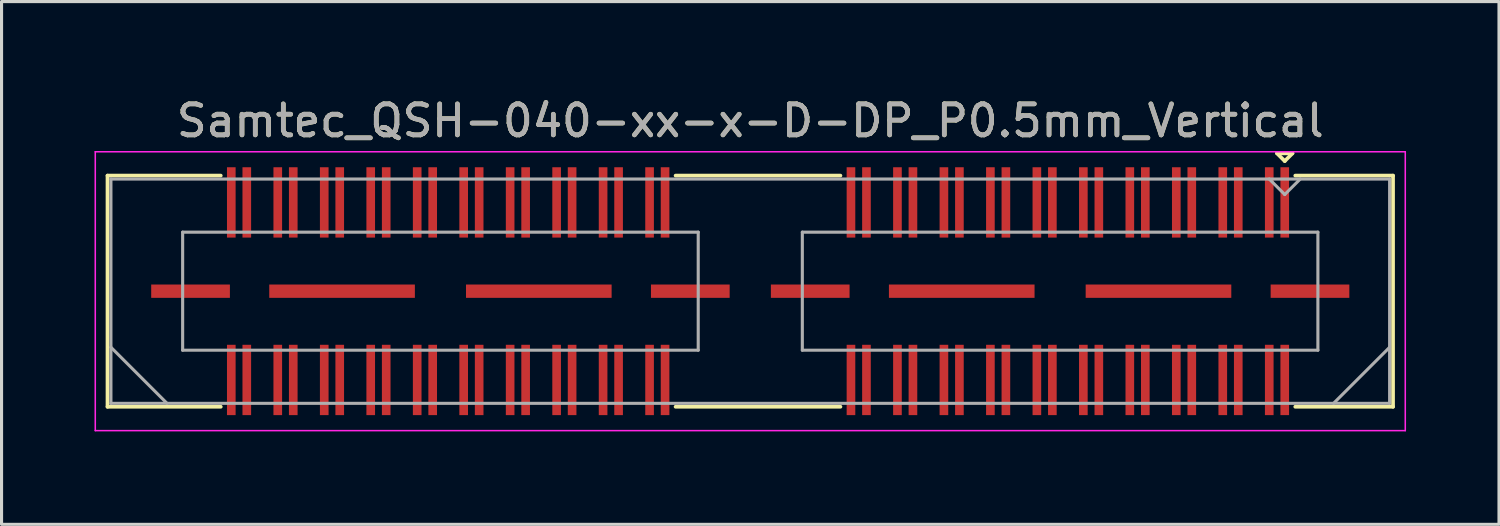
<source format=kicad_pcb>
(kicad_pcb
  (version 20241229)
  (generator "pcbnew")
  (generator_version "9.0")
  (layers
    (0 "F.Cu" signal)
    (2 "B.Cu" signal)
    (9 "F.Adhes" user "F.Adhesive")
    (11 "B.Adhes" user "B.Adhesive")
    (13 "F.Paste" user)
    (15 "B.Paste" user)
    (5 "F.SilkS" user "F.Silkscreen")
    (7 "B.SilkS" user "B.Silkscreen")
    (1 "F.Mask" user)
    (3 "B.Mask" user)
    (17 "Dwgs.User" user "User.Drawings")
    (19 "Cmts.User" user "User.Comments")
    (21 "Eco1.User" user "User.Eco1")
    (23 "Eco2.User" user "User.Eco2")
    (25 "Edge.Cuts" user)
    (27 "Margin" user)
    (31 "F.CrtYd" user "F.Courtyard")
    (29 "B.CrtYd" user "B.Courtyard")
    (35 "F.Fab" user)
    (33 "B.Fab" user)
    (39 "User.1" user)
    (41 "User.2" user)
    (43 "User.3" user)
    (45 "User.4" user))
  (footprint "Samtec_QSH-040-xx-x-D-DP_P0.5mm_Vertical"
    (layer "F.Cu")
    (at 21.165 6.348)
    (property "Reference" "Samtec_QSH-040-xx-x-D-DP_P0.5mm_Vertical" (at 0 -5.5 0) (layer "F.SilkS") (effects (font (size 1 1) (thickness 0.15))))
    (attr smd)
    (fp_line (start -20.745 -3.73) (end -17.09 -3.73) (stroke (width 0.12) (type solid)) (layer "F.SilkS"))
    (fp_line (start -20.745 3.73) (end -20.745 -3.73) (stroke (width 0.12) (type solid)) (layer "F.SilkS"))
    (fp_line (start -17.09 3.73) (end -20.745 3.73) (stroke (width 0.12) (type solid)) (layer "F.SilkS"))
    (fp_line (start 2.91 -3.73) (end -2.41 -3.73) (stroke (width 0.12) (type solid)) (layer "F.SilkS"))
    (fp_line (start 2.91 3.73) (end -2.41 3.73) (stroke (width 0.12) (type solid)) (layer "F.SilkS"))
    (fp_line (start 17 -4.45) (end 17.5 -4.45) (stroke (width 0.12) (type solid)) (layer "F.SilkS"))
    (fp_line (start 17.25 -4.2) (end 17 -4.45) (stroke (width 0.12) (type solid)) (layer "F.SilkS"))
    (fp_line (start 17.5 -4.45) (end 17.25 -4.2) (stroke (width 0.12) (type solid)) (layer "F.SilkS"))
    (fp_line (start 17.59 3.73) (end 20.745 3.73) (stroke (width 0.12) (type solid)) (layer "F.SilkS"))
    (fp_line (start 20.745 -3.73) (end 17.59 -3.73) (stroke (width 0.12) (type solid)) (layer "F.SilkS"))
    (fp_line (start 20.745 3.73) (end 20.745 -3.73) (stroke (width 0.12) (type solid)) (layer "F.SilkS"))
    (fp_line (start -21.14 -4.5) (end -21.14 4.5) (stroke (width 0.05) (type solid)) (layer "F.CrtYd"))
    (fp_line (start -21.14 4.5) (end 21.14 4.5) (stroke (width 0.05) (type solid)) (layer "F.CrtYd"))
    (fp_line (start 21.14 -4.5) (end -21.14 -4.5) (stroke (width 0.05) (type solid)) (layer "F.CrtYd"))
    (fp_line (start 21.14 4.5) (end 21.14 -4.5) (stroke (width 0.05) (type solid)) (layer "F.CrtYd"))
    (fp_line (start -20.635 -3.62) (end -20.635 3.62) (stroke (width 0.1) (type solid)) (layer "F.Fab"))
    (fp_line (start -20.635 1.81) (end -18.825 3.62) (stroke (width 0.1) (type solid)) (layer "F.Fab"))
    (fp_line (start -20.635 3.62) (end 20.635 3.62) (stroke (width 0.1) (type solid)) (layer "F.Fab"))
    (fp_line (start -18.32 -1.905) (end -18.32 1.905) (stroke (width 0.1) (type solid)) (layer "F.Fab"))
    (fp_line (start -18.32 1.905) (end -1.68 1.905) (stroke (width 0.1) (type solid)) (layer "F.Fab"))
    (fp_line (start -1.68 -1.905) (end -18.32 -1.905) (stroke (width 0.1) (type solid)) (layer "F.Fab"))
    (fp_line (start -1.68 1.905) (end -1.68 -1.905) (stroke (width 0.1) (type solid)) (layer "F.Fab"))
    (fp_line (start 1.68 -1.905) (end 1.68 1.905) (stroke (width 0.1) (type solid)) (layer "F.Fab"))
    (fp_line (start 1.68 1.905) (end 18.32 1.905) (stroke (width 0.1) (type solid)) (layer "F.Fab"))
    (fp_line (start 17.25 -3.12) (end 16.75 -3.62) (stroke (width 0.1) (type solid)) (layer "F.Fab"))
    (fp_line (start 17.75 -3.62) (end 17.25 -3.12) (stroke (width 0.1) (type solid)) (layer "F.Fab"))
    (fp_line (start 18.32 -1.905) (end 1.68 -1.905) (stroke (width 0.1) (type solid)) (layer "F.Fab"))
    (fp_line (start 18.32 1.905) (end 18.32 -1.905) (stroke (width 0.1) (type solid)) (layer "F.Fab"))
    (fp_line (start 20.635 -3.62) (end -20.635 -3.62) (stroke (width 0.1) (type solid)) (layer "F.Fab"))
    (fp_line (start 20.635 1.81) (end 18.825 3.62) (stroke (width 0.1) (type solid)) (layer "F.Fab"))
    (fp_line (start 20.635 3.62) (end 20.635 -3.62) (stroke (width 0.1) (type solid)) (layer "F.Fab"))
    (fp_text user "${REFERENCE}" (at 0 -5.5 0) (layer "F.Fab") (effects (font (size 1 1) (thickness 0.15))))
    (pad "1" smd rect (at 17.25 -2.865) (size 0.279 2.27) (layers "F.Cu" "F.Mask" "F.Paste"))
    (pad "2" smd rect (at 17.25 2.865) (size 0.279 2.27) (layers "F.Cu" "F.Mask" "F.Paste"))
    (pad "3" smd rect (at 16.75 -2.865) (size 0.279 2.27) (layers "F.Cu" "F.Mask" "F.Paste"))
    (pad "4" smd rect (at 16.75 2.865) (size 0.279 2.27) (layers "F.Cu" "F.Mask" "F.Paste"))
    (pad "5" smd rect (at 15.75 -2.865) (size 0.279 2.27) (layers "F.Cu" "F.Mask" "F.Paste"))
    (pad "6" smd rect (at 15.75 2.865) (size 0.279 2.27) (layers "F.Cu" "F.Mask" "F.Paste"))
    (pad "7" smd rect (at 15.25 -2.865) (size 0.279 2.27) (layers "F.Cu" "F.Mask" "F.Paste"))
    (pad "8" smd rect (at 15.25 2.865) (size 0.279 2.27) (layers "F.Cu" "F.Mask" "F.Paste"))
    (pad "9" smd rect (at 14.25 -2.865) (size 0.279 2.27) (layers "F.Cu" "F.Mask" "F.Paste"))
    (pad "10" smd rect (at 14.25 2.865) (size 0.279 2.27) (layers "F.Cu" "F.Mask" "F.Paste"))
    (pad "11" smd rect (at 13.75 -2.865) (size 0.279 2.27) (layers "F.Cu" "F.Mask" "F.Paste"))
    (pad "12" smd rect (at 13.75 2.865) (size 0.279 2.27) (layers "F.Cu" "F.Mask" "F.Paste"))
    (pad "13" smd rect (at 12.75 -2.865) (size 0.279 2.27) (layers "F.Cu" "F.Mask" "F.Paste"))
    (pad "14" smd rect (at 12.75 2.865) (size 0.279 2.27) (layers "F.Cu" "F.Mask" "F.Paste"))
    (pad "15" smd rect (at 12.25 -2.865) (size 0.279 2.27) (layers "F.Cu" "F.Mask" "F.Paste"))
    (pad "16" smd rect (at 12.25 2.865) (size 0.279 2.27) (layers "F.Cu" "F.Mask" "F.Paste"))
    (pad "17" smd rect (at 11.25 -2.865) (size 0.279 2.27) (layers "F.Cu" "F.Mask" "F.Paste"))
    (pad "18" smd rect (at 11.25 2.865) (size 0.279 2.27) (layers "F.Cu" "F.Mask" "F.Paste"))
    (pad "19" smd rect (at 10.75 -2.865) (size 0.279 2.27) (layers "F.Cu" "F.Mask" "F.Paste"))
    (pad "20" smd rect (at 10.75 2.865) (size 0.279 2.27) (layers "F.Cu" "F.Mask" "F.Paste"))
    (pad "21" smd rect (at 9.75 -2.865) (size 0.279 2.27) (layers "F.Cu" "F.Mask" "F.Paste"))
    (pad "22" smd rect (at 9.75 2.865) (size 0.279 2.27) (layers "F.Cu" "F.Mask" "F.Paste"))
    (pad "23" smd rect (at 9.25 -2.865) (size 0.279 2.27) (layers "F.Cu" "F.Mask" "F.Paste"))
    (pad "24" smd rect (at 9.25 2.865) (size 0.279 2.27) (layers "F.Cu" "F.Mask" "F.Paste"))
    (pad "25" smd rect (at 8.25 -2.865) (size 0.279 2.27) (layers "F.Cu" "F.Mask" "F.Paste"))
    (pad "26" smd rect (at 8.25 2.865) (size 0.279 2.27) (layers "F.Cu" "F.Mask" "F.Paste"))
    (pad "27" smd rect (at 7.75 -2.865) (size 0.279 2.27) (layers "F.Cu" "F.Mask" "F.Paste"))
    (pad "28" smd rect (at 7.75 2.865) (size 0.279 2.27) (layers "F.Cu" "F.Mask" "F.Paste"))
    (pad "29" smd rect (at 6.75 -2.865) (size 0.279 2.27) (layers "F.Cu" "F.Mask" "F.Paste"))
    (pad "30" smd rect (at 6.75 2.865) (size 0.279 2.27) (layers "F.Cu" "F.Mask" "F.Paste"))
    (pad "31" smd rect (at 6.25 -2.865) (size 0.279 2.27) (layers "F.Cu" "F.Mask" "F.Paste"))
    (pad "32" smd rect (at 6.25 2.865) (size 0.279 2.27) (layers "F.Cu" "F.Mask" "F.Paste"))
    (pad "33" smd rect (at 5.25 -2.865) (size 0.279 2.27) (layers "F.Cu" "F.Mask" "F.Paste"))
    (pad "34" smd rect (at 5.25 2.865) (size 0.279 2.27) (layers "F.Cu" "F.Mask" "F.Paste"))
    (pad "35" smd rect (at 4.75 -2.865) (size 0.279 2.27) (layers "F.Cu" "F.Mask" "F.Paste"))
    (pad "36" smd rect (at 4.75 2.865) (size 0.279 2.27) (layers "F.Cu" "F.Mask" "F.Paste"))
    (pad "37" smd rect (at 3.75 -2.865) (size 0.279 2.27) (layers "F.Cu" "F.Mask" "F.Paste"))
    (pad "38" smd rect (at 3.75 2.865) (size 0.279 2.27) (layers "F.Cu" "F.Mask" "F.Paste"))
    (pad "39" smd rect (at 3.25 -2.865) (size 0.279 2.27) (layers "F.Cu" "F.Mask" "F.Paste"))
    (pad "40" smd rect (at 3.25 2.865) (size 0.279 2.27) (layers "F.Cu" "F.Mask" "F.Paste"))
    (pad "41" smd rect (at -2.75 -2.865) (size 0.279 2.27) (layers "F.Cu" "F.Mask" "F.Paste"))
    (pad "42" smd rect (at -2.75 2.865) (size 0.279 2.27) (layers "F.Cu" "F.Mask" "F.Paste"))
    (pad "43" smd rect (at -3.25 -2.865) (size 0.279 2.27) (layers "F.Cu" "F.Mask" "F.Paste"))
    (pad "44" smd rect (at -3.25 2.865) (size 0.279 2.27) (layers "F.Cu" "F.Mask" "F.Paste"))
    (pad "45" smd rect (at -4.25 -2.865) (size 0.279 2.27) (layers "F.Cu" "F.Mask" "F.Paste"))
    (pad "46" smd rect (at -4.25 2.865) (size 0.279 2.27) (layers "F.Cu" "F.Mask" "F.Paste"))
    (pad "47" smd rect (at -4.75 -2.865) (size 0.279 2.27) (layers "F.Cu" "F.Mask" "F.Paste"))
    (pad "48" smd rect (at -4.75 2.865) (size 0.279 2.27) (layers "F.Cu" "F.Mask" "F.Paste"))
    (pad "49" smd rect (at -5.75 -2.865) (size 0.279 2.27) (layers "F.Cu" "F.Mask" "F.Paste"))
    (pad "50" smd rect (at -5.75 2.865) (size 0.279 2.27) (layers "F.Cu" "F.Mask" "F.Paste"))
    (pad "51" smd rect (at -6.25 -2.865) (size 0.279 2.27) (layers "F.Cu" "F.Mask" "F.Paste"))
    (pad "52" smd rect (at -6.25 2.865) (size 0.279 2.27) (layers "F.Cu" "F.Mask" "F.Paste"))
    (pad "53" smd rect (at -7.25 -2.865) (size 0.279 2.27) (layers "F.Cu" "F.Mask" "F.Paste"))
    (pad "54" smd rect (at -7.25 2.865) (size 0.279 2.27) (layers "F.Cu" "F.Mask" "F.Paste"))
    (pad "55" smd rect (at -7.75 -2.865) (size 0.279 2.27) (layers "F.Cu" "F.Mask" "F.Paste"))
    (pad "56" smd rect (at -7.75 2.865) (size 0.279 2.27) (layers "F.Cu" "F.Mask" "F.Paste"))
    (pad "57" smd rect (at -8.75 -2.865) (size 0.279 2.27) (layers "F.Cu" "F.Mask" "F.Paste"))
    (pad "58" smd rect (at -8.75 2.865) (size 0.279 2.27) (layers "F.Cu" "F.Mask" "F.Paste"))
    (pad "59" smd rect (at -9.25 -2.865) (size 0.279 2.27) (layers "F.Cu" "F.Mask" "F.Paste"))
    (pad "60" smd rect (at -9.25 2.865) (size 0.279 2.27) (layers "F.Cu" "F.Mask" "F.Paste"))
    (pad "61" smd rect (at -10.25 -2.865) (size 0.279 2.27) (layers "F.Cu" "F.Mask" "F.Paste"))
    (pad "62" smd rect (at -10.25 2.865) (size 0.279 2.27) (layers "F.Cu" "F.Mask" "F.Paste"))
    (pad "63" smd rect (at -10.75 -2.865) (size 0.279 2.27) (layers "F.Cu" "F.Mask" "F.Paste"))
    (pad "64" smd rect (at -10.75 2.865) (size 0.279 2.27) (layers "F.Cu" "F.Mask" "F.Paste"))
    (pad "65" smd rect (at -11.75 -2.865) (size 0.279 2.27) (layers "F.Cu" "F.Mask" "F.Paste"))
    (pad "66" smd rect (at -11.75 2.865) (size 0.279 2.27) (layers "F.Cu" "F.Mask" "F.Paste"))
    (pad "67" smd rect (at -12.25 -2.865) (size 0.279 2.27) (layers "F.Cu" "F.Mask" "F.Paste"))
    (pad "68" smd rect (at -12.25 2.865) (size 0.279 2.27) (layers "F.Cu" "F.Mask" "F.Paste"))
    (pad "69" smd rect (at -13.25 -2.865) (size 0.279 2.27) (layers "F.Cu" "F.Mask" "F.Paste"))
    (pad "70" smd rect (at -13.25 2.865) (size 0.279 2.27) (layers "F.Cu" "F.Mask" "F.Paste"))
    (pad "71" smd rect (at -13.75 -2.865) (size 0.279 2.27) (layers "F.Cu" "F.Mask" "F.Paste"))
    (pad "72" smd rect (at -13.75 2.865) (size 0.279 2.27) (layers "F.Cu" "F.Mask" "F.Paste"))
    (pad "73" smd rect (at -14.75 -2.865) (size 0.279 2.27) (layers "F.Cu" "F.Mask" "F.Paste"))
    (pad "74" smd rect (at -14.75 2.865) (size 0.279 2.27) (layers "F.Cu" "F.Mask" "F.Paste"))
    (pad "75" smd rect (at -15.25 -2.865) (size 0.279 2.27) (layers "F.Cu" "F.Mask" "F.Paste"))
    (pad "76" smd rect (at -15.25 2.865) (size 0.279 2.27) (layers "F.Cu" "F.Mask" "F.Paste"))
    (pad "77" smd rect (at -16.25 -2.865) (size 0.279 2.27) (layers "F.Cu" "F.Mask" "F.Paste"))
    (pad "78" smd rect (at -16.25 2.865) (size 0.279 2.27) (layers "F.Cu" "F.Mask" "F.Paste"))
    (pad "79" smd rect (at -16.75 -2.865) (size 0.279 2.27) (layers "F.Cu" "F.Mask" "F.Paste"))
    (pad "80" smd rect (at -16.75 2.865) (size 0.279 2.27) (layers "F.Cu" "F.Mask" "F.Paste"))
    (pad "P1" smd rect (at 1.935 0) (size 2.54 0.43) (layers "F.Cu" "F.Mask" "F.Paste"))
    (pad "P1" smd rect (at 6.825 0) (size 4.7 0.43) (layers "F.Cu" "F.Mask" "F.Paste"))
    (pad "P1" smd rect (at 13.175 0) (size 4.7 0.43) (layers "F.Cu" "F.Mask" "F.Paste"))
    (pad "P1" smd rect (at 18.065 0) (size 2.54 0.43) (layers "F.Cu" "F.Mask" "F.Paste"))
    (pad "P2" smd rect (at -18.065 0) (size 2.54 0.43) (layers "F.Cu" "F.Mask" "F.Paste"))
    (pad "P2" smd rect (at -13.175 0) (size 4.7 0.43) (layers "F.Cu" "F.Mask" "F.Paste"))
    (pad "P2" smd rect (at -6.825 0) (size 4.7 0.43) (layers "F.Cu" "F.Mask" "F.Paste"))
    (pad "P2" smd rect (at -1.935 0) (size 2.54 0.43) (layers "F.Cu" "F.Mask" "F.Paste")))
  (gr_rect
    (start -3 -3)
    (end 45.33 13.873)
    (stroke (width 0.1) (type default))
    (fill no)
    (layer "Edge.Cuts")))
</source>
